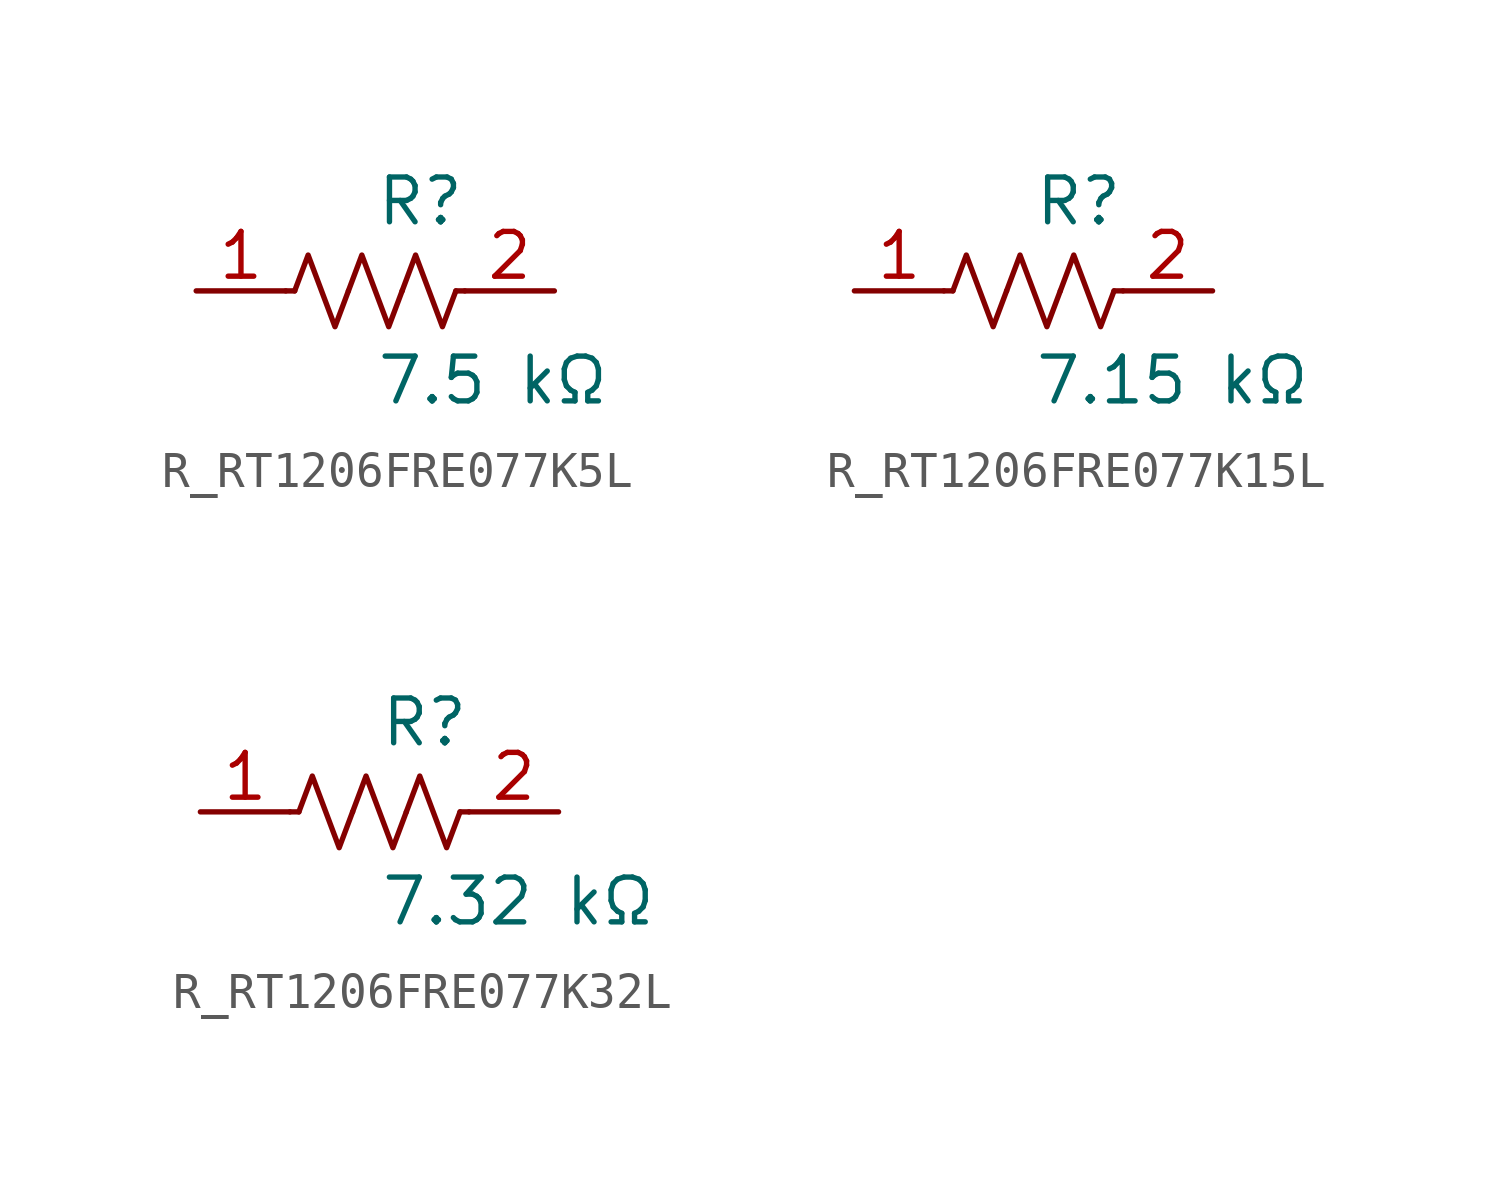
<source format=kicad_sym>
(kicad_symbol_lib
  (version 20231120)
  (generator kicad_symbol_editor)
  (generator_version 8.0)
  (symbol "R_RT1206FRE077K5L"
    (pin_names
      (offset 0.254))
    (property "Reference" "R"
      (at 0 2.54 0)
      (effects (font (size 1.27 1.27)) (justify left)))
    (property "Value" "7.5 kΩ"
      (at 0 -2.54 0)
      (effects (font (size 1.27 1.27)) (justify left)))
    (symbol "R_RT1206FRE077K5L_0_1"
      (polyline (pts (xy 2.286 0) (xy 2.54 0)) (stroke (width 0) (type default)) (fill (type none)))
      (polyline (pts (xy -2.286 0) (xy -2.54 0)) (stroke (width 0) (type default)) (fill (type none)))
      (polyline (pts (xy 0.762 0) (xy 1.143 1.016) (xy 1.524 0) (xy 1.905 -1.016) (xy 2.286 0)) (stroke (width 0) (type default)) (fill (type none)))
      (polyline (pts (xy -0.762 0) (xy -0.381 1.016) (xy 0 0) (xy 0.381 -1.016) (xy 0.762 0)) (stroke (width 0) (type default)) (fill (type none)))
      (polyline (pts (xy -2.286 0) (xy -1.905 1.016) (xy -1.524 0) (xy -1.143 -1.016) (xy -0.762 0)) (stroke (width 0) (type default)) (fill (type none))))
    (pin unspecified line
      (at -5.08 0 0)
      (length 2.54)
      (name "" (effects (font (size 1.27 1.27))))
      (number "1" (effects (font (size 1.27 1.27)))))
    (pin unspecified line
      (at 5.08 0 180)
      (length 2.54)
      (name "" (effects (font (size 1.27 1.27))))
      (number "2" (effects (font (size 1.27 1.27))))))
  (symbol "R_RT1206FRE077K15L"
    (pin_names
      (offset 0.254))
    (property "Reference" "R"
      (at 0 2.54 0)
      (effects (font (size 1.27 1.27)) (justify left)))
    (property "Value" "7.15 kΩ"
      (at 0 -2.54 0)
      (effects (font (size 1.27 1.27)) (justify left)))
    (symbol "R_RT1206FRE077K15L_0_1"
      (polyline (pts (xy 2.286 0) (xy 2.54 0)) (stroke (width 0) (type default)) (fill (type none)))
      (polyline (pts (xy -2.286 0) (xy -2.54 0)) (stroke (width 0) (type default)) (fill (type none)))
      (polyline (pts (xy 0.762 0) (xy 1.143 1.016) (xy 1.524 0) (xy 1.905 -1.016) (xy 2.286 0)) (stroke (width 0) (type default)) (fill (type none)))
      (polyline (pts (xy -0.762 0) (xy -0.381 1.016) (xy 0 0) (xy 0.381 -1.016) (xy 0.762 0)) (stroke (width 0) (type default)) (fill (type none)))
      (polyline (pts (xy -2.286 0) (xy -1.905 1.016) (xy -1.524 0) (xy -1.143 -1.016) (xy -0.762 0)) (stroke (width 0) (type default)) (fill (type none))))
    (pin unspecified line
      (at -5.08 0 0)
      (length 2.54)
      (name "" (effects (font (size 1.27 1.27))))
      (number "1" (effects (font (size 1.27 1.27)))))
    (pin unspecified line
      (at 5.08 0 180)
      (length 2.54)
      (name "" (effects (font (size 1.27 1.27))))
      (number "2" (effects (font (size 1.27 1.27))))))
  (symbol "R_RT1206FRE077K32L"
    (pin_names
      (offset 0.254))
    (property "Reference" "R"
      (at 0 2.54 0)
      (effects (font (size 1.27 1.27)) (justify left)))
    (property "Value" "7.32 kΩ"
      (at 0 -2.54 0)
      (effects (font (size 1.27 1.27)) (justify left)))
    (symbol "R_RT1206FRE077K32L_0_1"
      (polyline (pts (xy 2.286 0) (xy 2.54 0)) (stroke (width 0) (type default)) (fill (type none)))
      (polyline (pts (xy -2.286 0) (xy -2.54 0)) (stroke (width 0) (type default)) (fill (type none)))
      (polyline (pts (xy 0.762 0) (xy 1.143 1.016) (xy 1.524 0) (xy 1.905 -1.016) (xy 2.286 0)) (stroke (width 0) (type default)) (fill (type none)))
      (polyline (pts (xy -0.762 0) (xy -0.381 1.016) (xy 0 0) (xy 0.381 -1.016) (xy 0.762 0)) (stroke (width 0) (type default)) (fill (type none)))
      (polyline (pts (xy -2.286 0) (xy -1.905 1.016) (xy -1.524 0) (xy -1.143 -1.016) (xy -0.762 0)) (stroke (width 0) (type default)) (fill (type none))))
    (pin unspecified line
      (at -5.08 0 0)
      (length 2.54)
      (name "" (effects (font (size 1.27 1.27))))
      (number "1" (effects (font (size 1.27 1.27)))))
    (pin unspecified line
      (at 5.08 0 180)
      (length 2.54)
      (name "" (effects (font (size 1.27 1.27))))
      (number "2" (effects (font (size 1.27 1.27)))))))
</source>
